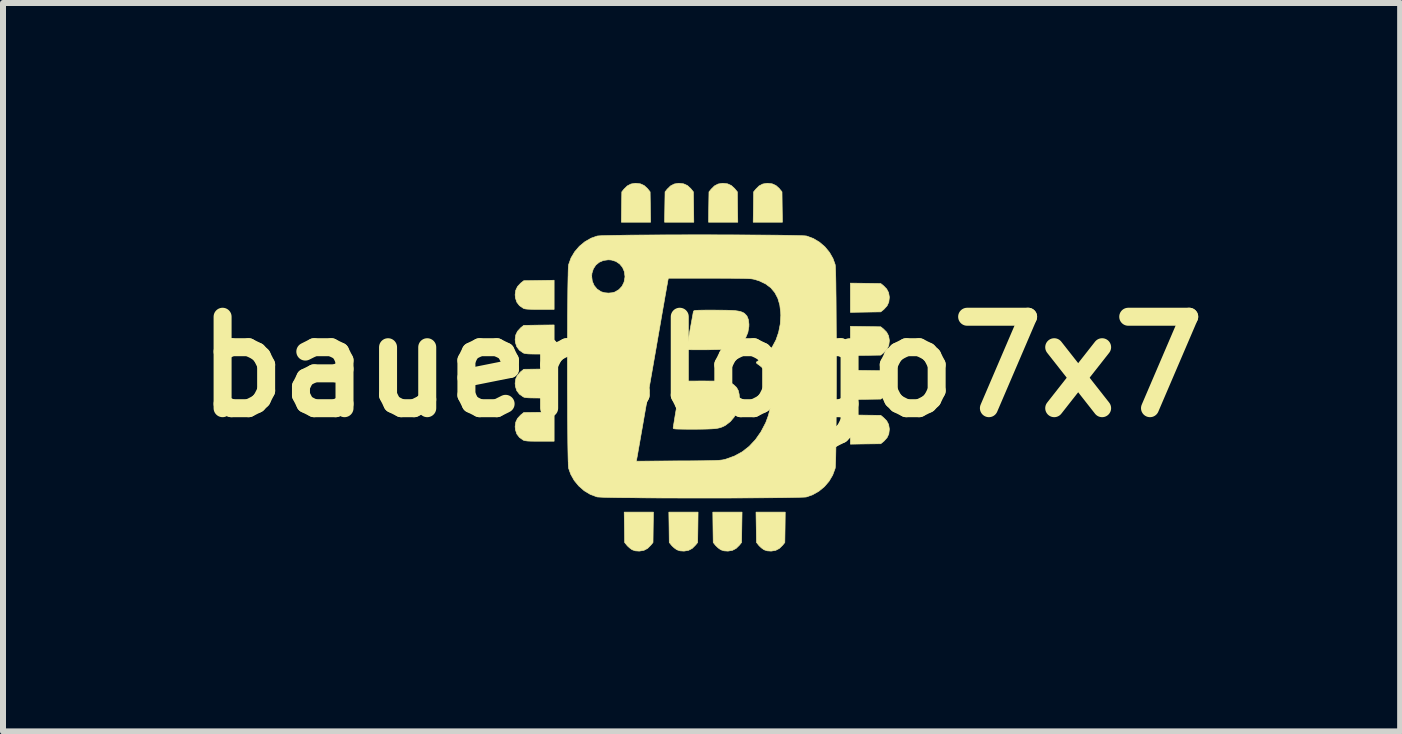
<source format=kicad_pcb>
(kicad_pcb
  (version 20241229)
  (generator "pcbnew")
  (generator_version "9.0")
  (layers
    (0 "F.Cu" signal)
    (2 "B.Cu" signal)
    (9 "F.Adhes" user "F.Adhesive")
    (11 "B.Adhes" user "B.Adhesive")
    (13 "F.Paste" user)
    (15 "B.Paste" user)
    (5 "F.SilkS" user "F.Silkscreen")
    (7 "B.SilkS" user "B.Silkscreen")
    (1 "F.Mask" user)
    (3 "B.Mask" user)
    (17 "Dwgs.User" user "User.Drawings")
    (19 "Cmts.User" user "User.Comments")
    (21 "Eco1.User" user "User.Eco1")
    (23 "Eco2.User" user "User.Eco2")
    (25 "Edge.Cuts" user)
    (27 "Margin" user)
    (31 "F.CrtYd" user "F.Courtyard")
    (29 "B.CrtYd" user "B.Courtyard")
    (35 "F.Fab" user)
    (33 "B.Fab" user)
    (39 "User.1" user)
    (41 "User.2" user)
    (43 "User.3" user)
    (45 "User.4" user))
  (footprint "bauerslogo7x7"
    (layer "F.Cu")
    (at 8.643 3.064)
    (property "Reference" "bauerslogo7x7" (at 0 0 0) (layer "F.SilkS") (effects (font (size 1.524 1.524) (thickness 0.3))))
    (attr through_hole)
    (fp_poly (pts (xy 2.734 0.061) (xy 2.987 0.065) (xy 3.032 0.102) (xy 3.086 0.156) (xy 3.118 0.217) (xy 3.13 0.288) (xy 3.13 0.301) (xy 3.121 0.375) (xy 3.092 0.437) (xy 3.042 0.492) (xy 3.032 0.501) (xy 2.987 0.538) (xy 2.481 0.545) (xy 2.481 0.058) (xy 2.734 0.061)) (stroke (width 0.01) (type solid)) (fill yes) (layer "F.SilkS"))
    (fp_poly (pts (xy -1.019 -3.05) (xy -0.957 -3.022) (xy -0.902 -2.972) (xy -0.893 -2.961) (xy -0.857 -2.916) (xy -0.853 -2.663) (xy -0.849 -2.41) (xy -1.336 -2.41) (xy -1.333 -2.663) (xy -1.329 -2.916) (xy -1.293 -2.961) (xy -1.238 -3.015) (xy -1.177 -3.047) (xy -1.106 -3.059) (xy -1.093 -3.059) (xy -1.019 -3.05)) (stroke (width 0.01) (type solid)) (fill yes) (layer "F.SilkS"))
    (fp_poly (pts (xy -0.299 -3.05) (xy -0.236 -3.022) (xy -0.181 -2.972) (xy -0.172 -2.961) (xy -0.136 -2.916) (xy -0.132 -2.663) (xy -0.129 -2.41) (xy -0.616 -2.41) (xy -0.612 -2.663) (xy -0.608 -2.916) (xy -0.572 -2.961) (xy -0.517 -3.015) (xy -0.456 -3.047) (xy -0.385 -3.059) (xy -0.372 -3.059) (xy -0.299 -3.05)) (stroke (width 0.01) (type solid)) (fill yes) (layer "F.SilkS"))
    (fp_poly (pts (xy 0.434 -3.05) (xy 0.496 -3.022) (xy 0.551 -2.972) (xy 0.56 -2.961) (xy 0.597 -2.916) (xy 0.6 -2.663) (xy 0.604 -2.41) (xy 0.117 -2.41) (xy 0.12 -2.663) (xy 0.124 -2.916) (xy 0.161 -2.961) (xy 0.215 -3.015) (xy 0.276 -3.047) (xy 0.348 -3.059) (xy 0.36 -3.059) (xy 0.434 -3.05)) (stroke (width 0.01) (type solid)) (fill yes) (layer "F.SilkS"))
    (fp_poly (pts (xy 1.178 -3.05) (xy 1.24 -3.022) (xy 1.296 -2.972) (xy 1.304 -2.961) (xy 1.341 -2.916) (xy 1.344 -2.663) (xy 1.348 -2.41) (xy 0.861 -2.41) (xy 0.865 -2.663) (xy 0.868 -2.916) (xy 0.905 -2.961) (xy 0.959 -3.015) (xy 1.02 -3.047) (xy 1.092 -3.059) (xy 1.105 -3.059) (xy 1.178 -3.05)) (stroke (width 0.01) (type solid)) (fill yes) (layer "F.SilkS"))
    (fp_poly (pts (xy 2.734 -1.392) (xy 2.987 -1.388) (xy 3.032 -1.352) (xy 3.086 -1.297) (xy 3.118 -1.236) (xy 3.13 -1.165) (xy 3.13 -1.152) (xy 3.121 -1.079) (xy 3.092 -1.016) (xy 3.042 -0.961) (xy 3.032 -0.952) (xy 2.987 -0.916) (xy 2.734 -0.912) (xy 2.481 -0.908) (xy 2.481 -1.395) (xy 2.734 -1.392)) (stroke (width 0.01) (type solid)) (fill yes) (layer "F.SilkS"))
    (fp_poly (pts (xy 2.734 -0.671) (xy 2.987 -0.667) (xy 3.032 -0.631) (xy 3.086 -0.576) (xy 3.118 -0.515) (xy 3.13 -0.444) (xy 3.13 -0.431) (xy 3.121 -0.358) (xy 3.092 -0.295) (xy 3.042 -0.24) (xy 3.032 -0.231) (xy 2.987 -0.195) (xy 2.734 -0.191) (xy 2.481 -0.188) (xy 2.481 -0.675) (xy 2.734 -0.671)) (stroke (width 0.01) (type solid)) (fill yes) (layer "F.SilkS"))
    (fp_poly (pts (xy 2.734 0.806) (xy 2.987 0.809) (xy 3.032 0.846) (xy 3.086 0.9) (xy 3.118 0.961) (xy 3.13 1.033) (xy 3.13 1.046) (xy 3.121 1.119) (xy 3.092 1.181) (xy 3.042 1.237) (xy 3.032 1.245) (xy 2.987 1.282) (xy 2.734 1.285) (xy 2.481 1.289) (xy 2.481 0.802) (xy 2.734 0.806)) (stroke (width 0.01) (type solid)) (fill yes) (layer "F.SilkS"))
    (fp_poly (pts (xy -0.806 2.675) (xy -0.809 2.928) (xy -0.846 2.973) (xy -0.9 3.027) (xy -0.961 3.059) (xy -1.033 3.071) (xy -1.046 3.071) (xy -1.103 3.067) (xy -1.148 3.052) (xy -1.163 3.045) (xy -1.199 3.018) (xy -1.236 2.984) (xy -1.245 2.973) (xy -1.282 2.928) (xy -1.285 2.675) (xy -1.289 2.422) (xy -0.802 2.422) (xy -0.806 2.675)) (stroke (width 0.01) (type solid)) (fill yes) (layer "F.SilkS"))
    (fp_poly (pts (xy -0.061 2.675) (xy -0.065 2.928) (xy -0.102 2.973) (xy -0.156 3.027) (xy -0.217 3.059) (xy -0.288 3.071) (xy -0.301 3.071) (xy -0.359 3.067) (xy -0.404 3.052) (xy -0.418 3.045) (xy -0.455 3.018) (xy -0.492 2.984) (xy -0.501 2.973) (xy -0.538 2.928) (xy -0.541 2.675) (xy -0.545 2.422) (xy -0.058 2.422) (xy -0.061 2.675)) (stroke (width 0.01) (type solid)) (fill yes) (layer "F.SilkS"))
    (fp_poly (pts (xy 0.671 2.675) (xy 0.667 2.928) (xy 0.631 2.973) (xy 0.576 3.027) (xy 0.515 3.059) (xy 0.444 3.071) (xy 0.431 3.071) (xy 0.374 3.067) (xy 0.328 3.052) (xy 0.314 3.045) (xy 0.277 3.018) (xy 0.241 2.984) (xy 0.231 2.973) (xy 0.195 2.928) (xy 0.191 2.675) (xy 0.188 2.422) (xy 0.675 2.422) (xy 0.671 2.675)) (stroke (width 0.01) (type solid)) (fill yes) (layer "F.SilkS"))
    (fp_poly (pts (xy 1.392 2.675) (xy 1.388 2.928) (xy 1.352 2.973) (xy 1.297 3.027) (xy 1.236 3.059) (xy 1.165 3.071) (xy 1.152 3.071) (xy 1.095 3.067) (xy 1.049 3.052) (xy 1.035 3.045) (xy 0.998 3.018) (xy 0.962 2.984) (xy 0.952 2.973) (xy 0.916 2.928) (xy 0.912 2.675) (xy 0.908 2.422) (xy 1.395 2.422) (xy 1.392 2.675)) (stroke (width 0.01) (type solid)) (fill yes) (layer "F.SilkS"))
    (fp_poly (pts (xy -2.457 1.24) (xy -2.697 1.24) (xy -2.782 1.24) (xy -2.848 1.239) (xy -2.896 1.237) (xy -2.93 1.233) (xy -2.955 1.228) (xy -2.971 1.222) (xy -3.035 1.177) (xy -3.079 1.119) (xy -3.102 1.049) (xy -3.107 0.996) (xy -3.097 0.923) (xy -3.067 0.86) (xy -3.015 0.804) (xy -3.009 0.799) (xy -2.963 0.762) (xy -2.457 0.755) (xy -2.457 1.24)) (stroke (width 0.01) (type solid)) (fill yes) (layer "F.SilkS"))
    (fp_poly (pts (xy -2.457 -0.957) (xy -2.697 -0.957) (xy -2.782 -0.957) (xy -2.848 -0.959) (xy -2.896 -0.961) (xy -2.93 -0.964) (xy -2.955 -0.969) (xy -2.971 -0.976) (xy -3.035 -1.02) (xy -3.079 -1.078) (xy -3.102 -1.148) (xy -3.107 -1.202) (xy -3.097 -1.275) (xy -3.067 -1.338) (xy -3.015 -1.394) (xy -3.009 -1.399) (xy -2.963 -1.435) (xy -2.71 -1.439) (xy -2.457 -1.443) (xy -2.457 -0.957)) (stroke (width 0.01) (type solid)) (fill yes) (layer "F.SilkS"))
    (fp_poly (pts (xy -2.457 -0.213) (xy -2.697 -0.213) (xy -2.782 -0.213) (xy -2.848 -0.214) (xy -2.896 -0.216) (xy -2.93 -0.22) (xy -2.955 -0.225) (xy -2.971 -0.231) (xy -3.035 -0.276) (xy -3.079 -0.334) (xy -3.102 -0.404) (xy -3.107 -0.457) (xy -3.097 -0.53) (xy -3.067 -0.593) (xy -3.015 -0.649) (xy -3.009 -0.655) (xy -2.963 -0.691) (xy -2.71 -0.695) (xy -2.457 -0.698) (xy -2.457 -0.213)) (stroke (width 0.01) (type solid)) (fill yes) (layer "F.SilkS"))
    (fp_poly (pts (xy -2.457 0.52) (xy -2.697 0.52) (xy -2.782 0.519) (xy -2.848 0.518) (xy -2.896 0.516) (xy -2.93 0.513) (xy -2.955 0.508) (xy -2.971 0.501) (xy -3.035 0.456) (xy -3.079 0.399) (xy -3.102 0.328) (xy -3.107 0.275) (xy -3.097 0.202) (xy -3.067 0.139) (xy -3.015 0.083) (xy -3.009 0.078) (xy -2.963 0.041) (xy -2.71 0.038) (xy -2.457 0.034) (xy -2.457 0.52)) (stroke (width 0.01) (type solid)) (fill yes) (layer "F.SilkS"))
    (fp_poly (pts (xy 0.21 -0.945) (xy 0.327 -0.944) (xy 0.423 -0.943) (xy 0.5 -0.94) (xy 0.562 -0.936) (xy 0.611 -0.929) (xy 0.649 -0.921) (xy 0.68 -0.91) (xy 0.707 -0.896) (xy 0.718 -0.888) (xy 0.757 -0.846) (xy 0.781 -0.786) (xy 0.79 -0.709) (xy 0.789 -0.671) (xy 0.772 -0.572) (xy 0.736 -0.487) (xy 0.681 -0.414) (xy 0.609 -0.357) (xy 0.521 -0.317) (xy 0.431 -0.296) (xy 0.401 -0.293) (xy 0.354 -0.291) (xy 0.294 -0.288) (xy 0.225 -0.287) (xy 0.149 -0.285) (xy 0.071 -0.284) (xy -0.005 -0.284) (xy -0.077 -0.284) (xy -0.141 -0.284) (xy -0.193 -0.285) (xy -0.23 -0.287) (xy -0.247 -0.289) (xy -0.248 -0.29) (xy -0.246 -0.304) (xy -0.24 -0.337) (xy -0.232 -0.387) (xy -0.221 -0.448) (xy -0.209 -0.518) (xy -0.196 -0.592) (xy -0.182 -0.667) (xy -0.169 -0.738) (xy -0.157 -0.804) (xy -0.147 -0.858) (xy -0.14 -0.899) (xy -0.135 -0.922) (xy -0.134 -0.924) (xy -0.131 -0.93) (xy -0.124 -0.935) (xy -0.109 -0.939) (xy -0.085 -0.941) (xy -0.049 -0.943) (xy 0.001 -0.944) (xy 0.069 -0.945) (xy 0.156 -0.945) (xy 0.21 -0.945)) (stroke (width 0.01) (type solid)) (fill yes) (layer "F.SilkS"))
    (fp_poly (pts (xy 0.136 0.237) (xy 0.229 0.237) (xy 0.304 0.239) (xy 0.364 0.243) (xy 0.411 0.248) (xy 0.448 0.255) (xy 0.478 0.265) (xy 0.503 0.277) (xy 0.527 0.293) (xy 0.538 0.301) (xy 0.583 0.344) (xy 0.612 0.395) (xy 0.627 0.458) (xy 0.632 0.532) (xy 0.621 0.643) (xy 0.591 0.745) (xy 0.544 0.836) (xy 0.479 0.913) (xy 0.4 0.974) (xy 0.372 0.989) (xy 0.341 1.003) (xy 0.309 1.014) (xy 0.271 1.023) (xy 0.225 1.03) (xy 0.169 1.034) (xy 0.098 1.037) (xy 0.011 1.039) (xy -0.095 1.04) (xy -0.136 1.04) (xy -0.235 1.04) (xy -0.311 1.039) (xy -0.37 1.038) (xy -0.412 1.037) (xy -0.441 1.035) (xy -0.459 1.032) (xy -0.469 1.028) (xy -0.472 1.022) (xy -0.473 1.019) (xy -0.471 1.003) (xy -0.465 0.966) (xy -0.456 0.912) (xy -0.445 0.843) (xy -0.432 0.763) (xy -0.416 0.675) (xy -0.408 0.624) (xy -0.392 0.533) (xy -0.377 0.449) (xy -0.365 0.376) (xy -0.355 0.316) (xy -0.347 0.272) (xy -0.343 0.247) (xy -0.343 0.243) (xy -0.331 0.241) (xy -0.299 0.24) (xy -0.249 0.238) (xy -0.184 0.237) (xy -0.107 0.237) (xy -0.02 0.236) (xy 0.022 0.236) (xy 0.136 0.237)) (stroke (width 0.01) (type solid)) (fill yes) (layer "F.SilkS"))
    (fp_poly (pts (xy 0.144 -2.2) (xy 0.322 -2.199) (xy 0.496 -2.199) (xy 0.666 -2.198) (xy 0.829 -2.197) (xy 0.985 -2.196) (xy 1.131 -2.195) (xy 1.266 -2.194) (xy 1.388 -2.192) (xy 1.495 -2.19) (xy 1.586 -2.188) (xy 1.659 -2.186) (xy 1.712 -2.184) (xy 1.745 -2.181) (xy 1.752 -2.18) (xy 1.863 -2.139) (xy 1.965 -2.078) (xy 2.056 -2) (xy 2.132 -1.908) (xy 2.191 -1.805) (xy 2.227 -1.705) (xy 2.23 -1.682) (xy 2.232 -1.638) (xy 2.235 -1.573) (xy 2.237 -1.49) (xy 2.239 -1.39) (xy 2.24 -1.275) (xy 2.242 -1.146) (xy 2.243 -1.005) (xy 2.244 -0.855) (xy 2.245 -0.696) (xy 2.246 -0.53) (xy 2.247 -0.359) (xy 2.247 -0.184) (xy 2.247 -0.008) (xy 2.247 0.168) (xy 2.247 0.343) (xy 2.246 0.514) (xy 2.245 0.68) (xy 2.244 0.839) (xy 2.243 0.99) (xy 2.242 1.131) (xy 2.24 1.26) (xy 2.239 1.376) (xy 2.237 1.476) (xy 2.235 1.56) (xy 2.232 1.625) (xy 2.23 1.67) (xy 2.227 1.693) (xy 2.227 1.693) (xy 2.186 1.804) (xy 2.126 1.906) (xy 2.048 1.997) (xy 1.956 2.073) (xy 1.852 2.132) (xy 1.752 2.168) (xy 1.73 2.171) (xy 1.686 2.173) (xy 1.622 2.175) (xy 1.539 2.177) (xy 1.44 2.179) (xy 1.325 2.181) (xy 1.196 2.182) (xy 1.055 2.183) (xy 0.904 2.184) (xy 0.744 2.185) (xy 0.577 2.186) (xy 0.405 2.187) (xy 0.229 2.187) (xy 0.051 2.187) (xy -0.128 2.187) (xy -0.305 2.187) (xy -0.48 2.186) (xy -0.65 2.186) (xy -0.813 2.185) (xy -0.969 2.184) (xy -1.116 2.182) (xy -1.251 2.181) (xy -1.374 2.18) (xy -1.482 2.178) (xy -1.574 2.176) (xy -1.648 2.174) (xy -1.703 2.171) (xy -1.736 2.169) (xy -1.745 2.167) (xy -1.855 2.126) (xy -1.956 2.065) (xy -2.046 1.986) (xy -2.122 1.894) (xy -2.18 1.791) (xy -2.215 1.693) (xy -2.218 1.67) (xy -2.221 1.626) (xy -2.222 1.573) (xy -1.088 1.573) (xy -0.387 1.568) (xy -0.241 1.568) (xy -0.116 1.567) (xy -0.011 1.566) (xy 0.077 1.565) (xy 0.149 1.563) (xy 0.208 1.562) (xy 0.255 1.56) (xy 0.293 1.558) (xy 0.323 1.555) (xy 0.348 1.552) (xy 0.369 1.548) (xy 0.389 1.543) (xy 0.408 1.538) (xy 0.549 1.487) (xy 0.679 1.416) (xy 0.795 1.325) (xy 0.899 1.214) (xy 0.99 1.084) (xy 1.068 0.935) (xy 1.074 0.921) (xy 1.115 0.808) (xy 1.145 0.688) (xy 1.163 0.565) (xy 1.17 0.445) (xy 1.164 0.33) (xy 1.145 0.228) (xy 1.122 0.159) (xy 1.096 0.112) (xy 1.056 0.061) (xy 1.01 0.012) (xy 0.963 -0.027) (xy 0.949 -0.036) (xy 0.92 -0.058) (xy 0.912 -0.074) (xy 0.926 -0.089) (xy 0.945 -0.1) (xy 0.983 -0.126) (xy 1.029 -0.165) (xy 1.079 -0.213) (xy 1.126 -0.264) (xy 1.166 -0.314) (xy 1.18 -0.334) (xy 1.241 -0.448) (xy 1.285 -0.576) (xy 1.312 -0.713) (xy 1.321 -0.856) (xy 1.319 -0.905) (xy 1.304 -1.032) (xy 1.271 -1.143) (xy 1.221 -1.238) (xy 1.154 -1.318) (xy 1.068 -1.382) (xy 0.964 -1.432) (xy 0.881 -1.458) (xy 0.862 -1.462) (xy 0.839 -1.466) (xy 0.81 -1.469) (xy 0.771 -1.471) (xy 0.722 -1.473) (xy 0.661 -1.474) (xy 0.585 -1.475) (xy 0.493 -1.476) (xy 0.383 -1.476) (xy 0.253 -1.477) (xy 0.128 -1.477) (xy -0.553 -1.477) (xy -0.56 -1.444) (xy -0.563 -1.429) (xy -0.569 -1.391) (xy -0.58 -1.334) (xy -0.593 -1.257) (xy -0.61 -1.162) (xy -0.629 -1.052) (xy -0.651 -0.927) (xy -0.675 -0.788) (xy -0.701 -0.638) (xy -0.729 -0.477) (xy -0.758 -0.308) (xy -0.789 -0.131) (xy -0.821 0.053) (xy -0.821 0.053) (xy -0.853 0.236) (xy -0.884 0.413) (xy -0.913 0.583) (xy -0.941 0.743) (xy -0.967 0.893) (xy -0.991 1.031) (xy -1.013 1.156) (xy -1.032 1.266) (xy -1.049 1.36) (xy -1.062 1.436) (xy -1.072 1.493) (xy -1.079 1.53) (xy -1.082 1.545) (xy -1.082 1.545) (xy -1.088 1.573) (xy -2.222 1.573) (xy -2.223 1.562) (xy -2.225 1.478) (xy -2.227 1.378) (xy -2.229 1.263) (xy -2.23 1.134) (xy -2.231 0.994) (xy -2.233 0.843) (xy -2.233 0.684) (xy -2.234 0.518) (xy -2.235 0.347) (xy -2.235 0.172) (xy -2.235 -0.004) (xy -2.235 -0.18) (xy -2.235 -0.354) (xy -2.234 -0.526) (xy -2.233 -0.692) (xy -2.233 -0.851) (xy -2.231 -1.002) (xy -2.23 -1.143) (xy -2.229 -1.272) (xy -2.227 -1.387) (xy -2.225 -1.488) (xy -2.224 -1.509) (xy -1.831 -1.509) (xy -1.821 -1.427) (xy -1.79 -1.355) (xy -1.741 -1.296) (xy -1.674 -1.252) (xy -1.672 -1.251) (xy -1.617 -1.235) (xy -1.551 -1.229) (xy -1.487 -1.235) (xy -1.444 -1.247) (xy -1.377 -1.287) (xy -1.325 -1.343) (xy -1.291 -1.413) (xy -1.277 -1.492) (xy -1.276 -1.506) (xy -1.287 -1.588) (xy -1.317 -1.658) (xy -1.365 -1.715) (xy -1.427 -1.757) (xy -1.502 -1.78) (xy -1.554 -1.784) (xy -1.635 -1.773) (xy -1.705 -1.743) (xy -1.762 -1.696) (xy -1.803 -1.634) (xy -1.827 -1.559) (xy -1.831 -1.509) (xy -2.224 -1.509) (xy -2.223 -1.572) (xy -2.221 -1.637) (xy -2.218 -1.681) (xy -2.215 -1.704) (xy -2.215 -1.705) (xy -2.175 -1.816) (xy -2.114 -1.918) (xy -2.036 -2.009) (xy -1.944 -2.085) (xy -1.841 -2.144) (xy -1.74 -2.18) (xy -1.718 -2.182) (xy -1.674 -2.185) (xy -1.609 -2.187) (xy -1.526 -2.189) (xy -1.426 -2.191) (xy -1.31 -2.193) (xy -1.181 -2.195) (xy -1.04 -2.196) (xy -0.889 -2.197) (xy -0.728 -2.198) (xy -0.561 -2.199) (xy -0.389 -2.199) (xy -0.212 -2.2) (xy -0.034 -2.2) (xy 0.144 -2.2)) (stroke (width 0.01) (type solid)) (fill yes) (layer "F.SilkS")))
  (gr_rect
    (start -3 -3)
    (end 20.287 9.141)
    (stroke (width 0.1) (type default))
    (fill no)
    (layer "Edge.Cuts")))
</source>
